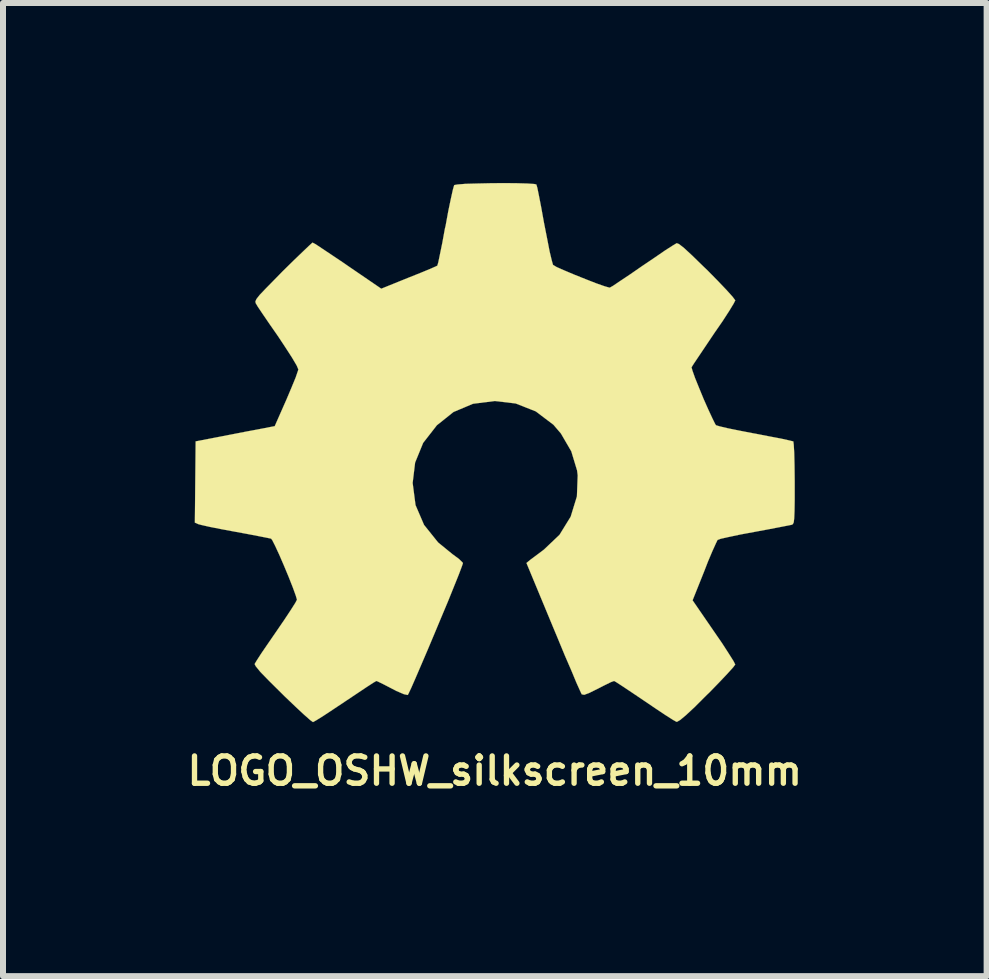
<source format=kicad_pcb>
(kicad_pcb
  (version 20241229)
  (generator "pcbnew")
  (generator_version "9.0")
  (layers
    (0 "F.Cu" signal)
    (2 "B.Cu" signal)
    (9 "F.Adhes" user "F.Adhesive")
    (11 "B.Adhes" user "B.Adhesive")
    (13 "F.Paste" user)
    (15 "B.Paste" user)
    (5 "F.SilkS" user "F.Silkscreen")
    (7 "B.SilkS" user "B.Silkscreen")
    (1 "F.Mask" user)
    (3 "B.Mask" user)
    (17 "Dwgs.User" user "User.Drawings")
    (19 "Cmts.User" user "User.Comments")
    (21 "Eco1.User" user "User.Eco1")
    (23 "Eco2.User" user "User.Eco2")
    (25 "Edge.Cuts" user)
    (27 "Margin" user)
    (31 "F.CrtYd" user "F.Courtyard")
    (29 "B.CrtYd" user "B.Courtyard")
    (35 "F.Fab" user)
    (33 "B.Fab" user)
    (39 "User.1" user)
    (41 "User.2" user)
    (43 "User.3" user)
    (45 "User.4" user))
  (footprint "LOGO_OSHW_silkscreen_10mm"
    (layer "F.Cu")
    (at 5.197 4.495)
    (property "Reference" "LOGO_OSHW_silkscreen_10mm" (at 0 5.304 0) (layer "F.SilkS") (effects (font (size 0.455 0.455) (thickness 0.089))))
    (attr through_hole)
    (fp_poly (pts (xy -3.03 4.491) (xy -2.979 4.463) (xy -2.86 4.389) (xy -2.695 4.28) (xy -2.497 4.148) (xy -2.299 4.016) (xy -2.136 3.907) (xy -2.022 3.833) (xy -1.974 3.805) (xy -1.948 3.815) (xy -1.854 3.861) (xy -1.717 3.932) (xy -1.638 3.973) (xy -1.514 4.026) (xy -1.45 4.039) (xy -1.44 4.021) (xy -1.394 3.924) (xy -1.323 3.762) (xy -1.229 3.543) (xy -1.12 3.289) (xy -1.006 3.018) (xy -0.889 2.738) (xy -0.777 2.471) (xy -0.681 2.233) (xy -0.602 2.037) (xy -0.551 1.902) (xy -0.531 1.844) (xy -0.536 1.831) (xy -0.599 1.77) (xy -0.709 1.689) (xy -0.945 1.496) (xy -1.179 1.204) (xy -1.321 0.874) (xy -1.369 0.505) (xy -1.328 0.165) (xy -1.194 -0.163) (xy -0.965 -0.457) (xy -0.688 -0.678) (xy -0.363 -0.815) (xy 0 -0.861) (xy 0.348 -0.82) (xy 0.683 -0.688) (xy 0.978 -0.465) (xy 1.102 -0.32) (xy 1.275 -0.023) (xy 1.372 0.297) (xy 1.382 0.378) (xy 1.369 0.729) (xy 1.265 1.067) (xy 1.079 1.369) (xy 0.82 1.615) (xy 0.79 1.638) (xy 0.671 1.727) (xy 0.589 1.788) (xy 0.528 1.839) (xy 0.975 2.916) (xy 1.046 3.086) (xy 1.168 3.381) (xy 1.278 3.635) (xy 1.361 3.835) (xy 1.422 3.97) (xy 1.448 4.026) (xy 1.45 4.028) (xy 1.491 4.036) (xy 1.572 4.006) (xy 1.722 3.932) (xy 1.821 3.881) (xy 1.935 3.825) (xy 1.989 3.805) (xy 2.032 3.83) (xy 2.141 3.901) (xy 2.301 4.008) (xy 2.494 4.138) (xy 2.677 4.262) (xy 2.845 4.374) (xy 2.969 4.453) (xy 3.028 4.486) (xy 3.038 4.486) (xy 3.091 4.455) (xy 3.188 4.374) (xy 3.335 4.237) (xy 3.541 4.031) (xy 3.574 4) (xy 3.744 3.825) (xy 3.881 3.68) (xy 3.975 3.576) (xy 4.008 3.531) (xy 3.978 3.472) (xy 3.901 3.35) (xy 3.79 3.178) (xy 3.653 2.979) (xy 3.297 2.461) (xy 3.493 1.971) (xy 3.551 1.821) (xy 3.627 1.641) (xy 3.686 1.511) (xy 3.713 1.455) (xy 3.767 1.435) (xy 3.901 1.405) (xy 4.094 1.364) (xy 4.326 1.321) (xy 4.547 1.28) (xy 4.745 1.242) (xy 4.889 1.214) (xy 4.953 1.201) (xy 4.968 1.191) (xy 4.983 1.161) (xy 4.991 1.092) (xy 4.996 0.973) (xy 4.999 0.782) (xy 4.999 0.505) (xy 4.999 0.475) (xy 4.996 0.213) (xy 4.991 0.003) (xy 4.983 -0.135) (xy 4.976 -0.188) (xy 4.973 -0.188) (xy 4.912 -0.203) (xy 4.773 -0.234) (xy 4.572 -0.272) (xy 4.336 -0.318) (xy 4.321 -0.32) (xy 4.084 -0.366) (xy 3.886 -0.406) (xy 3.747 -0.439) (xy 3.688 -0.457) (xy 3.675 -0.475) (xy 3.63 -0.566) (xy 3.561 -0.714) (xy 3.482 -0.892) (xy 3.406 -1.077) (xy 3.338 -1.245) (xy 3.294 -1.369) (xy 3.279 -1.425) (xy 3.282 -1.427) (xy 3.317 -1.483) (xy 3.399 -1.605) (xy 3.513 -1.775) (xy 3.65 -1.979) (xy 3.66 -1.994) (xy 3.797 -2.192) (xy 3.907 -2.362) (xy 3.98 -2.482) (xy 4.008 -2.537) (xy 4.008 -2.54) (xy 3.962 -2.601) (xy 3.861 -2.713) (xy 3.716 -2.865) (xy 3.541 -3.043) (xy 3.485 -3.096) (xy 3.289 -3.287) (xy 3.155 -3.411) (xy 3.071 -3.477) (xy 3.03 -3.493) (xy 3.03 -3.49) (xy 2.969 -3.454) (xy 2.842 -3.373) (xy 2.672 -3.256) (xy 2.469 -3.119) (xy 2.454 -3.109) (xy 2.256 -2.972) (xy 2.088 -2.86) (xy 1.971 -2.781) (xy 1.918 -2.751) (xy 1.91 -2.751) (xy 1.829 -2.774) (xy 1.687 -2.824) (xy 1.511 -2.893) (xy 1.326 -2.967) (xy 1.158 -3.038) (xy 1.031 -3.094) (xy 0.973 -3.129) (xy 0.97 -3.132) (xy 0.95 -3.203) (xy 0.914 -3.353) (xy 0.874 -3.559) (xy 0.826 -3.802) (xy 0.818 -3.843) (xy 0.775 -4.082) (xy 0.737 -4.277) (xy 0.709 -4.415) (xy 0.693 -4.47) (xy 0.66 -4.478) (xy 0.544 -4.486) (xy 0.366 -4.491) (xy 0.15 -4.493) (xy -0.076 -4.491) (xy -0.297 -4.486) (xy -0.485 -4.481) (xy -0.62 -4.47) (xy -0.676 -4.46) (xy -0.678 -4.455) (xy -0.699 -4.381) (xy -0.732 -4.232) (xy -0.775 -4.026) (xy -0.82 -3.78) (xy -0.831 -3.736) (xy -0.874 -3.5) (xy -0.914 -3.305) (xy -0.942 -3.17) (xy -0.958 -3.117) (xy -0.98 -3.106) (xy -1.077 -3.063) (xy -1.237 -2.997) (xy -1.435 -2.918) (xy -1.892 -2.733) (xy -2.454 -3.117) (xy -2.504 -3.152) (xy -2.708 -3.289) (xy -2.873 -3.399) (xy -2.987 -3.475) (xy -3.035 -3.5) (xy -3.04 -3.5) (xy -3.096 -3.449) (xy -3.205 -3.345) (xy -3.358 -3.198) (xy -3.536 -3.023) (xy -3.665 -2.891) (xy -3.82 -2.733) (xy -3.919 -2.629) (xy -3.973 -2.56) (xy -3.99 -2.52) (xy -3.985 -2.492) (xy -3.95 -2.433) (xy -3.868 -2.311) (xy -3.752 -2.141) (xy -3.614 -1.943) (xy -3.503 -1.775) (xy -3.381 -1.587) (xy -3.302 -1.453) (xy -3.274 -1.387) (xy -3.282 -1.361) (xy -3.32 -1.25) (xy -3.388 -1.085) (xy -3.472 -0.886) (xy -3.668 -0.442) (xy -3.957 -0.386) (xy -4.135 -0.353) (xy -4.381 -0.305) (xy -4.618 -0.259) (xy -4.986 -0.188) (xy -4.999 1.166) (xy -4.943 1.191) (xy -4.887 1.206) (xy -4.75 1.237) (xy -4.557 1.275) (xy -4.326 1.318) (xy -4.13 1.354) (xy -3.932 1.392) (xy -3.79 1.42) (xy -3.729 1.433) (xy -3.711 1.455) (xy -3.663 1.549) (xy -3.592 1.702) (xy -3.513 1.885) (xy -3.434 2.075) (xy -3.365 2.25) (xy -3.317 2.383) (xy -3.297 2.451) (xy -3.325 2.504) (xy -3.399 2.621) (xy -3.508 2.786) (xy -3.642 2.982) (xy -3.777 3.178) (xy -3.891 3.345) (xy -3.97 3.467) (xy -4.003 3.523) (xy -3.985 3.559) (xy -3.907 3.655) (xy -3.759 3.807) (xy -3.538 4.026) (xy -3.503 4.061) (xy -3.327 4.229) (xy -3.18 4.366) (xy -3.076 4.458) (xy -3.03 4.491)) (stroke (width 0.003) (type solid)) (fill yes) (layer "F.SilkS")))
  (gr_rect
    (start -3 -3)
    (end 13.395 13.22)
    (stroke (width 0.1) (type default))
    (fill no)
    (layer "Edge.Cuts")))
</source>
